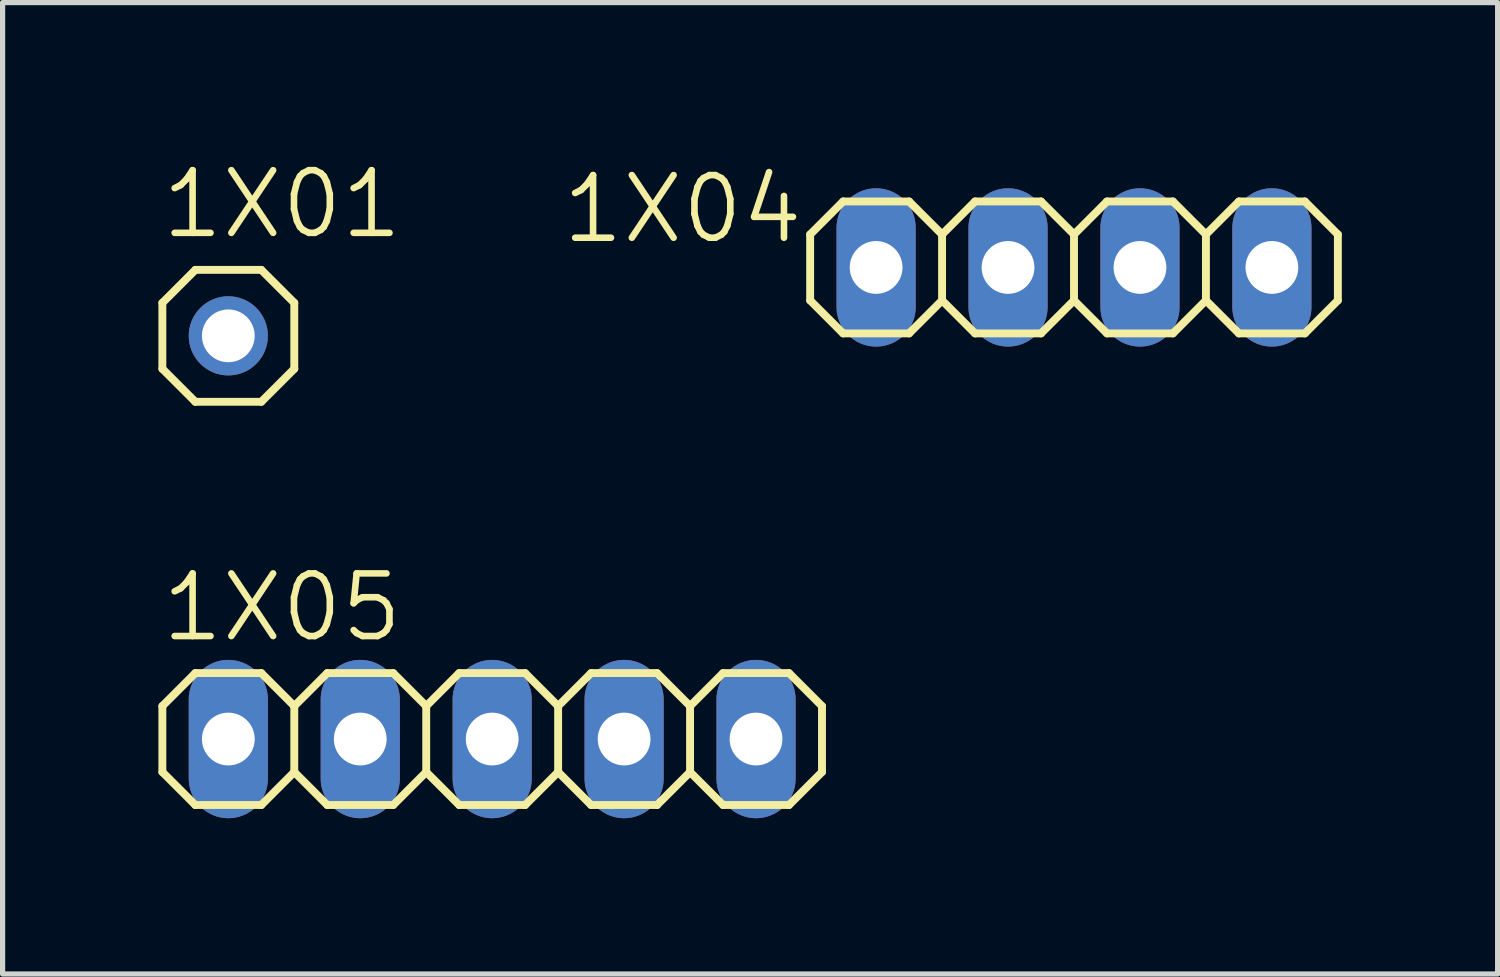
<source format=kicad_pcb>
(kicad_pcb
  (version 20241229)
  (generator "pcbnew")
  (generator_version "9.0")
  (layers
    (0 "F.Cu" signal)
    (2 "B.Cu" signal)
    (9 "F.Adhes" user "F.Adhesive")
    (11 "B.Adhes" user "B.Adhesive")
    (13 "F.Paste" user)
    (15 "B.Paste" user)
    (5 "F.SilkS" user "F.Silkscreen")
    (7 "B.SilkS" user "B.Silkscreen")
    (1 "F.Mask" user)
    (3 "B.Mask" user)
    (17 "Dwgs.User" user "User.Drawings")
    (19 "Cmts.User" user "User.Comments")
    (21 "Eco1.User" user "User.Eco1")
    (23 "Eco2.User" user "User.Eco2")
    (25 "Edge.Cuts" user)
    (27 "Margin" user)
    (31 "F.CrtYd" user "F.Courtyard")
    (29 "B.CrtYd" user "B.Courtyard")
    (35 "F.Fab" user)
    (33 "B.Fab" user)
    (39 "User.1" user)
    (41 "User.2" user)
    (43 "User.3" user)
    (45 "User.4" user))
  (footprint "1X01"
    (layer "F.Cu")
    (at 1.346 3.416)
    (property "Reference" "1X01" (at -1.346 -1.829 0) (layer "F.SilkS") (effects (font (size 1.206 1.206) (thickness 0.127)) (justify left bottom)))
    (attr through_hole)
    (fp_line (start -1.27 -0.635) (end -1.27 0.635) (stroke (width 0.152) (type solid)) (layer "F.SilkS"))
    (fp_line (start -1.27 0.635) (end -0.635 1.27) (stroke (width 0.152) (type solid)) (layer "F.SilkS"))
    (fp_line (start -0.635 -1.27) (end -1.27 -0.635) (stroke (width 0.152) (type solid)) (layer "F.SilkS"))
    (fp_line (start -0.635 -1.27) (end 0.635 -1.27) (stroke (width 0.152) (type solid)) (layer "F.SilkS"))
    (fp_line (start 0.635 -1.27) (end 1.27 -0.635) (stroke (width 0.152) (type solid)) (layer "F.SilkS"))
    (fp_line (start 0.635 1.27) (end -0.635 1.27) (stroke (width 0.152) (type solid)) (layer "F.SilkS"))
    (fp_line (start 1.27 -0.635) (end 1.27 0.635) (stroke (width 0.152) (type solid)) (layer "F.SilkS"))
    (fp_line (start 1.27 0.635) (end 0.635 1.27) (stroke (width 0.152) (type solid)) (layer "F.SilkS"))
    (fp_poly (pts (xy -0.254 0.254) (xy 0.254 0.254) (xy 0.254 -0.254) (xy -0.254 -0.254)) (stroke (width 0.1) (type solid)) (fill no) (layer "F.Fab"))
    (pad "1" thru_hole circle (at 0 0) (size 1.524 1.524) (drill 1.016) (layers "*.Cu" "*.Mask")))
  (footprint "1X05"
    (layer "F.Cu")
    (at 6.426 11.179)
    (property "Reference" "1X05" (at -6.426 -1.829 0) (layer "F.SilkS") (effects (font (size 1.206 1.206) (thickness 0.127)) (justify left bottom)))
    (attr through_hole)
    (fp_line (start -6.35 -0.635) (end -6.35 0.635) (stroke (width 0.152) (type solid)) (layer "F.SilkS"))
    (fp_line (start -6.35 0.635) (end -5.715 1.27) (stroke (width 0.152) (type solid)) (layer "F.SilkS"))
    (fp_line (start -5.715 -1.27) (end -6.35 -0.635) (stroke (width 0.152) (type solid)) (layer "F.SilkS"))
    (fp_line (start -5.715 -1.27) (end -4.445 -1.27) (stroke (width 0.152) (type solid)) (layer "F.SilkS"))
    (fp_line (start -4.445 -1.27) (end -3.81 -0.635) (stroke (width 0.152) (type solid)) (layer "F.SilkS"))
    (fp_line (start -4.445 1.27) (end -5.715 1.27) (stroke (width 0.152) (type solid)) (layer "F.SilkS"))
    (fp_line (start -3.81 -0.635) (end -3.81 0.635) (stroke (width 0.152) (type solid)) (layer "F.SilkS"))
    (fp_line (start -3.81 -0.635) (end -3.175 -1.27) (stroke (width 0.152) (type solid)) (layer "F.SilkS"))
    (fp_line (start -3.81 0.635) (end -4.445 1.27) (stroke (width 0.152) (type solid)) (layer "F.SilkS"))
    (fp_line (start -3.175 -1.27) (end -1.905 -1.27) (stroke (width 0.152) (type solid)) (layer "F.SilkS"))
    (fp_line (start -3.175 1.27) (end -3.81 0.635) (stroke (width 0.152) (type solid)) (layer "F.SilkS"))
    (fp_line (start -1.905 -1.27) (end -1.27 -0.635) (stroke (width 0.152) (type solid)) (layer "F.SilkS"))
    (fp_line (start -1.905 1.27) (end -3.175 1.27) (stroke (width 0.152) (type solid)) (layer "F.SilkS"))
    (fp_line (start -1.27 -0.635) (end -1.27 0.635) (stroke (width 0.152) (type solid)) (layer "F.SilkS"))
    (fp_line (start -1.27 -0.635) (end -0.635 -1.27) (stroke (width 0.152) (type solid)) (layer "F.SilkS"))
    (fp_line (start -1.27 0.635) (end -1.905 1.27) (stroke (width 0.152) (type solid)) (layer "F.SilkS"))
    (fp_line (start -0.635 -1.27) (end 0.635 -1.27) (stroke (width 0.152) (type solid)) (layer "F.SilkS"))
    (fp_line (start -0.635 1.27) (end -1.27 0.635) (stroke (width 0.152) (type solid)) (layer "F.SilkS"))
    (fp_line (start 0.635 -1.27) (end 1.27 -0.635) (stroke (width 0.152) (type solid)) (layer "F.SilkS"))
    (fp_line (start 0.635 1.27) (end -0.635 1.27) (stroke (width 0.152) (type solid)) (layer "F.SilkS"))
    (fp_line (start 1.27 -0.635) (end 1.27 0.635) (stroke (width 0.152) (type solid)) (layer "F.SilkS"))
    (fp_line (start 1.27 0.635) (end 0.635 1.27) (stroke (width 0.152) (type solid)) (layer "F.SilkS"))
    (fp_line (start 1.27 0.635) (end 1.905 1.27) (stroke (width 0.152) (type solid)) (layer "F.SilkS"))
    (fp_line (start 1.905 -1.27) (end 1.27 -0.635) (stroke (width 0.152) (type solid)) (layer "F.SilkS"))
    (fp_line (start 1.905 -1.27) (end 3.175 -1.27) (stroke (width 0.152) (type solid)) (layer "F.SilkS"))
    (fp_line (start 3.175 -1.27) (end 3.81 -0.635) (stroke (width 0.152) (type solid)) (layer "F.SilkS"))
    (fp_line (start 3.175 1.27) (end 1.905 1.27) (stroke (width 0.152) (type solid)) (layer "F.SilkS"))
    (fp_line (start 3.81 -0.635) (end 3.81 0.635) (stroke (width 0.152) (type solid)) (layer "F.SilkS"))
    (fp_line (start 3.81 0.635) (end 3.175 1.27) (stroke (width 0.152) (type solid)) (layer "F.SilkS"))
    (fp_line (start 3.81 0.635) (end 4.445 1.27) (stroke (width 0.152) (type solid)) (layer "F.SilkS"))
    (fp_line (start 4.445 -1.27) (end 3.81 -0.635) (stroke (width 0.152) (type solid)) (layer "F.SilkS"))
    (fp_line (start 4.445 -1.27) (end 5.715 -1.27) (stroke (width 0.152) (type solid)) (layer "F.SilkS"))
    (fp_line (start 5.715 -1.27) (end 6.35 -0.635) (stroke (width 0.152) (type solid)) (layer "F.SilkS"))
    (fp_line (start 5.715 1.27) (end 4.445 1.27) (stroke (width 0.152) (type solid)) (layer "F.SilkS"))
    (fp_line (start 6.35 -0.635) (end 6.35 0.635) (stroke (width 0.152) (type solid)) (layer "F.SilkS"))
    (fp_line (start 6.35 0.635) (end 5.715 1.27) (stroke (width 0.152) (type solid)) (layer "F.SilkS"))
    (fp_poly (pts (xy -5.334 0.254) (xy -4.826 0.254) (xy -4.826 -0.254) (xy -5.334 -0.254)) (stroke (width 0.1) (type solid)) (fill no) (layer "F.Fab"))
    (fp_poly (pts (xy -2.794 0.254) (xy -2.286 0.254) (xy -2.286 -0.254) (xy -2.794 -0.254)) (stroke (width 0.1) (type solid)) (fill no) (layer "F.Fab"))
    (fp_poly (pts (xy -0.254 0.254) (xy 0.254 0.254) (xy 0.254 -0.254) (xy -0.254 -0.254)) (stroke (width 0.1) (type solid)) (fill no) (layer "F.Fab"))
    (fp_poly (pts (xy 2.286 0.254) (xy 2.794 0.254) (xy 2.794 -0.254) (xy 2.286 -0.254)) (stroke (width 0.1) (type solid)) (fill no) (layer "F.Fab"))
    (fp_poly (pts (xy 4.826 0.254) (xy 5.334 0.254) (xy 5.334 -0.254) (xy 4.826 -0.254)) (stroke (width 0.1) (type solid)) (fill no) (layer "F.Fab"))
    (pad "1" thru_hole oval (at -5.08 0 90) (size 3.048 1.524) (drill 1.016) (layers "*.Cu" "*.Mask"))
    (pad "2" thru_hole oval (at -2.54 0 90) (size 3.048 1.524) (drill 1.016) (layers "*.Cu" "*.Mask"))
    (pad "3" thru_hole oval (at 0 0 90) (size 3.048 1.524) (drill 1.016) (layers "*.Cu" "*.Mask"))
    (pad "4" thru_hole oval (at 2.54 0 90) (size 3.048 1.524) (drill 1.016) (layers "*.Cu" "*.Mask"))
    (pad "5" thru_hole oval (at 5.08 0 90) (size 3.048 1.524) (drill 1.016) (layers "*.Cu" "*.Mask")))
  (footprint "1X04"
    (layer "F.Cu")
    (at 17.628 2.099)
    (property "Reference" "1X04" (at -5.156 -1.829 0) (layer "F.SilkS") (effects (font (size 1.206 1.206) (thickness 0.127)) (justify right top)))
    (attr through_hole)
    (fp_line (start -5.08 -0.635) (end -5.08 0.635) (stroke (width 0.152) (type solid)) (layer "F.SilkS"))
    (fp_line (start -5.08 0.635) (end -4.445 1.27) (stroke (width 0.152) (type solid)) (layer "F.SilkS"))
    (fp_line (start -4.445 -1.27) (end -5.08 -0.635) (stroke (width 0.152) (type solid)) (layer "F.SilkS"))
    (fp_line (start -4.445 -1.27) (end -3.175 -1.27) (stroke (width 0.152) (type solid)) (layer "F.SilkS"))
    (fp_line (start -3.175 -1.27) (end -2.54 -0.635) (stroke (width 0.152) (type solid)) (layer "F.SilkS"))
    (fp_line (start -3.175 1.27) (end -4.445 1.27) (stroke (width 0.152) (type solid)) (layer "F.SilkS"))
    (fp_line (start -2.54 -0.635) (end -2.54 0.635) (stroke (width 0.152) (type solid)) (layer "F.SilkS"))
    (fp_line (start -2.54 -0.635) (end -1.905 -1.27) (stroke (width 0.152) (type solid)) (layer "F.SilkS"))
    (fp_line (start -2.54 0.635) (end -3.175 1.27) (stroke (width 0.152) (type solid)) (layer "F.SilkS"))
    (fp_line (start -1.905 -1.27) (end -0.635 -1.27) (stroke (width 0.152) (type solid)) (layer "F.SilkS"))
    (fp_line (start -1.905 1.27) (end -2.54 0.635) (stroke (width 0.152) (type solid)) (layer "F.SilkS"))
    (fp_line (start -0.635 -1.27) (end 0 -0.635) (stroke (width 0.152) (type solid)) (layer "F.SilkS"))
    (fp_line (start -0.635 1.27) (end -1.905 1.27) (stroke (width 0.152) (type solid)) (layer "F.SilkS"))
    (fp_line (start 0 -0.635) (end 0 0.635) (stroke (width 0.152) (type solid)) (layer "F.SilkS"))
    (fp_line (start 0 -0.635) (end 0.635 -1.27) (stroke (width 0.152) (type solid)) (layer "F.SilkS"))
    (fp_line (start 0 0.635) (end -0.635 1.27) (stroke (width 0.152) (type solid)) (layer "F.SilkS"))
    (fp_line (start 0.635 -1.27) (end 1.905 -1.27) (stroke (width 0.152) (type solid)) (layer "F.SilkS"))
    (fp_line (start 0.635 1.27) (end 0 0.635) (stroke (width 0.152) (type solid)) (layer "F.SilkS"))
    (fp_line (start 1.905 -1.27) (end 2.54 -0.635) (stroke (width 0.152) (type solid)) (layer "F.SilkS"))
    (fp_line (start 1.905 1.27) (end 0.635 1.27) (stroke (width 0.152) (type solid)) (layer "F.SilkS"))
    (fp_line (start 2.54 -0.635) (end 2.54 0.635) (stroke (width 0.152) (type solid)) (layer "F.SilkS"))
    (fp_line (start 2.54 0.635) (end 1.905 1.27) (stroke (width 0.152) (type solid)) (layer "F.SilkS"))
    (fp_line (start 2.54 0.635) (end 3.175 1.27) (stroke (width 0.152) (type solid)) (layer "F.SilkS"))
    (fp_line (start 3.175 -1.27) (end 2.54 -0.635) (stroke (width 0.152) (type solid)) (layer "F.SilkS"))
    (fp_line (start 3.175 -1.27) (end 4.445 -1.27) (stroke (width 0.152) (type solid)) (layer "F.SilkS"))
    (fp_line (start 4.445 -1.27) (end 5.08 -0.635) (stroke (width 0.152) (type solid)) (layer "F.SilkS"))
    (fp_line (start 4.445 1.27) (end 3.175 1.27) (stroke (width 0.152) (type solid)) (layer "F.SilkS"))
    (fp_line (start 5.08 -0.635) (end 5.08 0.635) (stroke (width 0.152) (type solid)) (layer "F.SilkS"))
    (fp_line (start 5.08 0.635) (end 4.445 1.27) (stroke (width 0.152) (type solid)) (layer "F.SilkS"))
    (fp_poly (pts (xy -4.064 0.254) (xy -3.556 0.254) (xy -3.556 -0.254) (xy -4.064 -0.254)) (stroke (width 0.1) (type solid)) (fill no) (layer "F.Fab"))
    (fp_poly (pts (xy -1.524 0.254) (xy -1.016 0.254) (xy -1.016 -0.254) (xy -1.524 -0.254)) (stroke (width 0.1) (type solid)) (fill no) (layer "F.Fab"))
    (fp_poly (pts (xy 1.016 0.254) (xy 1.524 0.254) (xy 1.524 -0.254) (xy 1.016 -0.254)) (stroke (width 0.1) (type solid)) (fill no) (layer "F.Fab"))
    (fp_poly (pts (xy 3.556 0.254) (xy 4.064 0.254) (xy 4.064 -0.254) (xy 3.556 -0.254)) (stroke (width 0.1) (type solid)) (fill no) (layer "F.Fab"))
    (pad "1" thru_hole oval (at -3.81 0 90) (size 3.048 1.524) (drill 1.016) (layers "*.Cu" "*.Mask"))
    (pad "2" thru_hole oval (at -1.27 0 90) (size 3.048 1.524) (drill 1.016) (layers "*.Cu" "*.Mask"))
    (pad "3" thru_hole oval (at 1.27 0 90) (size 3.048 1.524) (drill 1.016) (layers "*.Cu" "*.Mask"))
    (pad "4" thru_hole oval (at 3.81 0 90) (size 3.048 1.524) (drill 1.016) (layers "*.Cu" "*.Mask")))
  (gr_rect
    (start -3 -3)
    (end 25.784 15.703)
    (stroke (width 0.1) (type default))
    (fill no)
    (layer "Edge.Cuts")))
</source>
